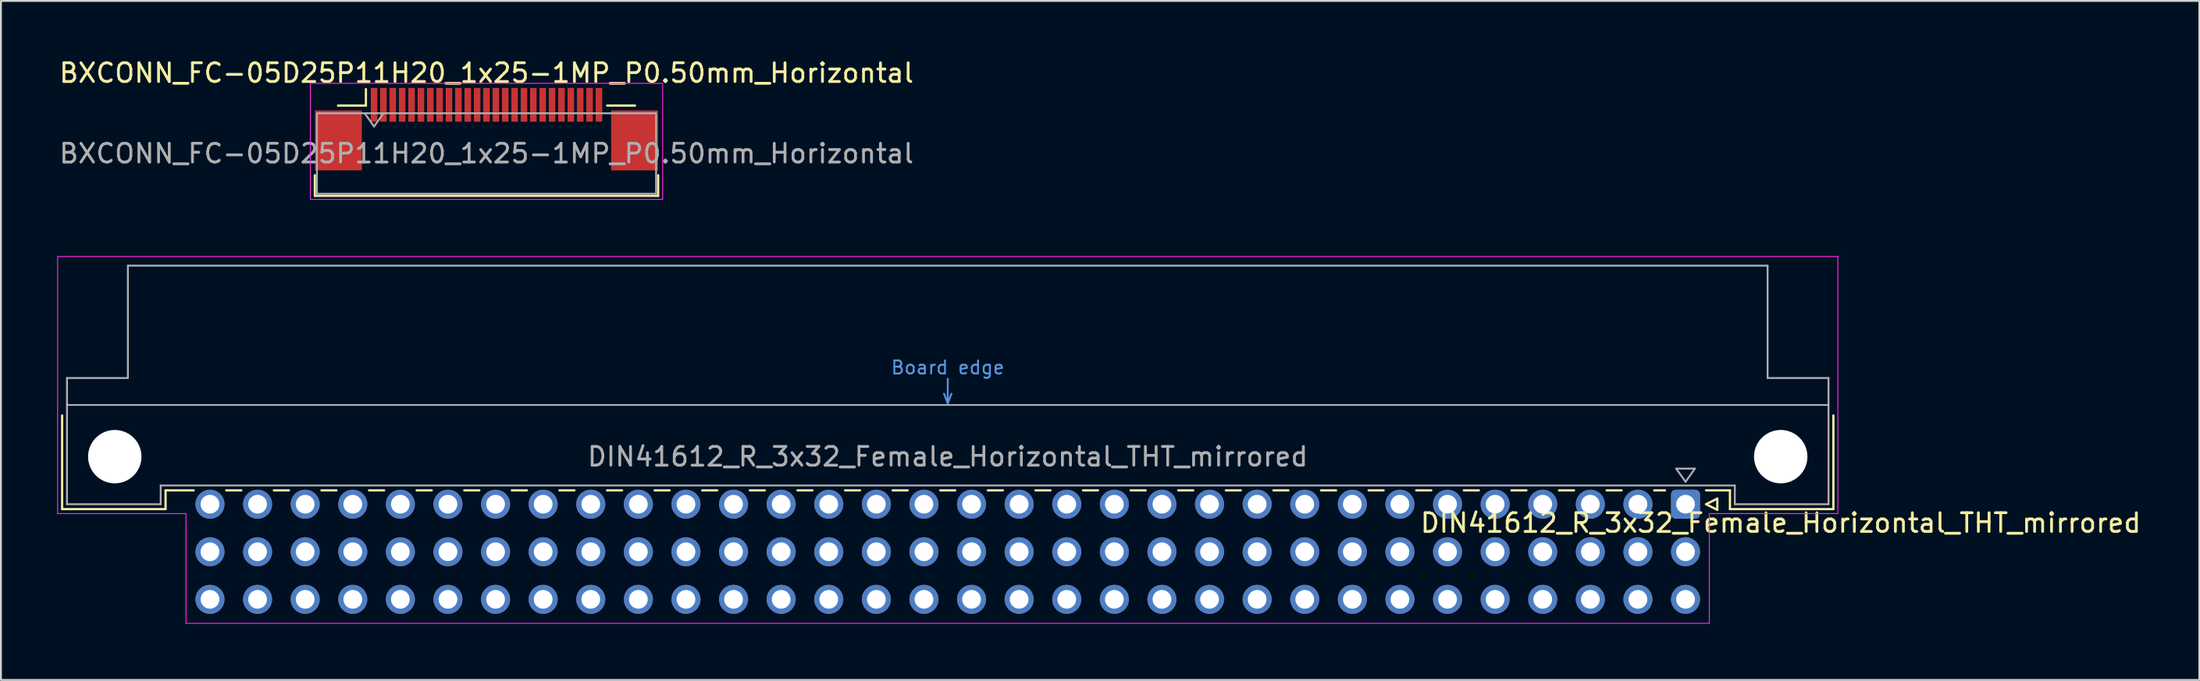
<source format=kicad_pcb>
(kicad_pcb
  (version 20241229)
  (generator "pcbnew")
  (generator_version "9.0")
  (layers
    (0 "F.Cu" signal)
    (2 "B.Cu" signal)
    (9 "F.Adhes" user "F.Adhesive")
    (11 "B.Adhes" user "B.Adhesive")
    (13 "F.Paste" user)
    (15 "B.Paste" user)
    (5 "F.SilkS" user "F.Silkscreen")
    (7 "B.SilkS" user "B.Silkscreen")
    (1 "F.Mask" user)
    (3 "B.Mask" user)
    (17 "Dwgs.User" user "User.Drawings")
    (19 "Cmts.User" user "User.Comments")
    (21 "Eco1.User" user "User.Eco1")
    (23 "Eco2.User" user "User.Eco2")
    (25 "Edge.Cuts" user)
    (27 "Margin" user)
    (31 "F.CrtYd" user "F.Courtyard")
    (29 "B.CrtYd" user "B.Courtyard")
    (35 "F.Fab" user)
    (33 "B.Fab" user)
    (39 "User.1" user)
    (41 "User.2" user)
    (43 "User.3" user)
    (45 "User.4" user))
  (footprint "BXCONN_FC-05D25P11H20_1x25-1MP_P0.50mm_Horizontal"
    (layer "F.Cu")
    (at 22.911 5.148)
    (property "Reference" "BXCONN_FC-05D25P11H20_1x25-1MP_P0.50mm_Horizontal" (at 0 -4.3 0) (layer "F.SilkS") (effects (font (size 1 1) (thickness 0.15))))
    (attr smd)
    (fp_line (start -9.16 1.16) (end -9.16 2.26) (stroke (width 0.12) (type solid)) (layer "F.SilkS"))
    (fp_line (start -9.16 2.26) (end 9.16 2.26) (stroke (width 0.12) (type solid)) (layer "F.SilkS"))
    (fp_line (start -6.435 -3.44) (end -6.435 -2.56) (stroke (width 0.12) (type solid)) (layer "F.SilkS"))
    (fp_line (start -6.435 -2.56) (end -7.925 -2.56) (stroke (width 0.12) (type solid)) (layer "F.SilkS"))
    (fp_line (start 6.435 -2.56) (end 7.925 -2.56) (stroke (width 0.12) (type solid)) (layer "F.SilkS"))
    (fp_line (start 9.16 1.16) (end 9.16 2.26) (stroke (width 0.12) (type solid)) (layer "F.SilkS"))
    (fp_rect (start -9.4 -3.75) (end 9.4 2.45) (stroke (width 0.05) (type default)) (fill no) (layer "F.CrtYd"))
    (fp_line (start -6.5 -2.15) (end -6 -1.44) (stroke (width 0.1) (type solid)) (layer "F.Fab"))
    (fp_line (start -6 -1.44) (end -5.5 -2.15) (stroke (width 0.1) (type solid)) (layer "F.Fab"))
    (fp_rect (start -9.05 -2.15) (end 9.05 2.15) (stroke (width 0.1) (type solid)) (fill no) (layer "F.Fab"))
    (fp_text user "${REFERENCE}" (at 0 0 0) (layer "F.Fab") (effects (font (size 1 1) (thickness 0.15))))
    (pad "1" smd rect (at -6 -2.6) (size 0.35 1.8) (layers "F.Cu" "F.Mask" "F.Paste"))
    (pad "2" smd rect (at -5.5 -2.6) (size 0.35 1.8) (layers "F.Cu" "F.Mask" "F.Paste"))
    (pad "3" smd rect (at -5 -2.6) (size 0.35 1.8) (layers "F.Cu" "F.Mask" "F.Paste"))
    (pad "4" smd rect (at -4.5 -2.6) (size 0.35 1.8) (layers "F.Cu" "F.Mask" "F.Paste"))
    (pad "5" smd rect (at -4 -2.6) (size 0.35 1.8) (layers "F.Cu" "F.Mask" "F.Paste"))
    (pad "6" smd rect (at -3.5 -2.6) (size 0.35 1.8) (layers "F.Cu" "F.Mask" "F.Paste"))
    (pad "7" smd rect (at -3 -2.6) (size 0.35 1.8) (layers "F.Cu" "F.Mask" "F.Paste"))
    (pad "8" smd rect (at -2.5 -2.6) (size 0.35 1.8) (layers "F.Cu" "F.Mask" "F.Paste"))
    (pad "9" smd rect (at -2 -2.6) (size 0.35 1.8) (layers "F.Cu" "F.Mask" "F.Paste"))
    (pad "10" smd rect (at -1.5 -2.6) (size 0.35 1.8) (layers "F.Cu" "F.Mask" "F.Paste"))
    (pad "11" smd rect (at -1 -2.6) (size 0.35 1.8) (layers "F.Cu" "F.Mask" "F.Paste"))
    (pad "12" smd rect (at -0.5 -2.6) (size 0.35 1.8) (layers "F.Cu" "F.Mask" "F.Paste"))
    (pad "13" smd rect (at 0 -2.6) (size 0.35 1.8) (layers "F.Cu" "F.Mask" "F.Paste"))
    (pad "14" smd rect (at 0.5 -2.6) (size 0.35 1.8) (layers "F.Cu" "F.Mask" "F.Paste"))
    (pad "15" smd rect (at 1 -2.6) (size 0.35 1.8) (layers "F.Cu" "F.Mask" "F.Paste"))
    (pad "16" smd rect (at 1.5 -2.6) (size 0.35 1.8) (layers "F.Cu" "F.Mask" "F.Paste"))
    (pad "17" smd rect (at 2 -2.6) (size 0.35 1.8) (layers "F.Cu" "F.Mask" "F.Paste"))
    (pad "18" smd rect (at 2.5 -2.6) (size 0.35 1.8) (layers "F.Cu" "F.Mask" "F.Paste"))
    (pad "19" smd rect (at 3 -2.6) (size 0.35 1.8) (layers "F.Cu" "F.Mask" "F.Paste"))
    (pad "20" smd rect (at 3.5 -2.6) (size 0.35 1.8) (layers "F.Cu" "F.Mask" "F.Paste"))
    (pad "21" smd rect (at 4 -2.6) (size 0.35 1.8) (layers "F.Cu" "F.Mask" "F.Paste"))
    (pad "22" smd rect (at 4.5 -2.6) (size 0.35 1.8) (layers "F.Cu" "F.Mask" "F.Paste"))
    (pad "23" smd rect (at 5 -2.6) (size 0.35 1.8) (layers "F.Cu" "F.Mask" "F.Paste"))
    (pad "24" smd rect (at 5.5 -2.6) (size 0.35 1.8) (layers "F.Cu" "F.Mask" "F.Paste"))
    (pad "25" smd rect (at 6 -2.6) (size 0.35 1.8) (layers "F.Cu" "F.Mask" "F.Paste"))
    (pad "MP" smd rect (at -7.9 -0.7) (size 2.5 3.2) (layers "F.Cu" "F.Mask" "F.Paste"))
    (pad "MP" smd rect (at 7.9 -0.7) (size 2.5 3.2) (layers "F.Cu" "F.Mask" "F.Paste")))
  (footprint "DIN41612_R_3x32_Female_Horizontal_THT_mirrored"
    (layer "F.Cu")
    (at 86.895 23.878)
    (property "Reference" "DIN41612_R_3x32_Female_Horizontal_THT_mirrored" (at 5.08 1 0) (layer "F.SilkS") (effects (font (size 1 1) (thickness 0.15))))
    (attr through_hole)
    (fp_line (start -86.63 -4.74) (end -86.63 0.26) (stroke (width 0.12) (type solid)) (layer "F.SilkS"))
    (fp_line (start -86.63 0.26) (end -81.11 0.26) (stroke (width 0.12) (type solid)) (layer "F.SilkS"))
    (fp_line (start -81.11 0.26) (end -81.11 -0.74) (stroke (width 0.12) (type solid)) (layer "F.SilkS"))
    (fp_line (start -79.61 -0.74) (end -81.11 -0.74) (stroke (width 0.12) (type solid)) (layer "F.SilkS"))
    (fp_line (start -77.07 -0.74) (end -77.871 -0.74) (stroke (width 0.12) (type solid)) (layer "F.SilkS"))
    (fp_line (start -74.53 -0.74) (end -75.331 -0.74) (stroke (width 0.12) (type solid)) (layer "F.SilkS"))
    (fp_line (start -71.99 -0.74) (end -72.791 -0.74) (stroke (width 0.12) (type solid)) (layer "F.SilkS"))
    (fp_line (start -69.45 -0.74) (end -70.251 -0.74) (stroke (width 0.12) (type solid)) (layer "F.SilkS"))
    (fp_line (start -66.91 -0.74) (end -67.711 -0.74) (stroke (width 0.12) (type solid)) (layer "F.SilkS"))
    (fp_line (start -64.37 -0.74) (end -65.171 -0.74) (stroke (width 0.12) (type solid)) (layer "F.SilkS"))
    (fp_line (start -61.83 -0.74) (end -62.631 -0.74) (stroke (width 0.12) (type solid)) (layer "F.SilkS"))
    (fp_line (start -59.29 -0.74) (end -60.091 -0.74) (stroke (width 0.12) (type solid)) (layer "F.SilkS"))
    (fp_line (start -56.75 -0.74) (end -57.551 -0.74) (stroke (width 0.12) (type solid)) (layer "F.SilkS"))
    (fp_line (start -54.21 -0.74) (end -55.011 -0.74) (stroke (width 0.12) (type solid)) (layer "F.SilkS"))
    (fp_line (start -51.67 -0.74) (end -52.471 -0.74) (stroke (width 0.12) (type solid)) (layer "F.SilkS"))
    (fp_line (start -49.13 -0.74) (end -49.931 -0.74) (stroke (width 0.12) (type solid)) (layer "F.SilkS"))
    (fp_line (start -46.59 -0.74) (end -47.391 -0.74) (stroke (width 0.12) (type solid)) (layer "F.SilkS"))
    (fp_line (start -44.05 -0.74) (end -44.851 -0.74) (stroke (width 0.12) (type solid)) (layer "F.SilkS"))
    (fp_line (start -41.51 -0.74) (end -42.311 -0.74) (stroke (width 0.12) (type solid)) (layer "F.SilkS"))
    (fp_line (start -38.97 -0.74) (end -39.771 -0.74) (stroke (width 0.12) (type solid)) (layer "F.SilkS"))
    (fp_line (start -36.43 -0.74) (end -37.231 -0.74) (stroke (width 0.12) (type solid)) (layer "F.SilkS"))
    (fp_line (start -33.89 -0.74) (end -34.691 -0.74) (stroke (width 0.12) (type solid)) (layer "F.SilkS"))
    (fp_line (start -31.35 -0.74) (end -32.151 -0.74) (stroke (width 0.12) (type solid)) (layer "F.SilkS"))
    (fp_line (start -28.81 -0.74) (end -29.611 -0.74) (stroke (width 0.12) (type solid)) (layer "F.SilkS"))
    (fp_line (start -26.27 -0.74) (end -27.071 -0.74) (stroke (width 0.12) (type solid)) (layer "F.SilkS"))
    (fp_line (start -23.73 -0.74) (end -24.531 -0.74) (stroke (width 0.12) (type solid)) (layer "F.SilkS"))
    (fp_line (start -21.19 -0.74) (end -21.991 -0.74) (stroke (width 0.12) (type solid)) (layer "F.SilkS"))
    (fp_line (start -18.65 -0.74) (end -19.451 -0.74) (stroke (width 0.12) (type solid)) (layer "F.SilkS"))
    (fp_line (start -16.11 -0.74) (end -16.911 -0.74) (stroke (width 0.12) (type solid)) (layer "F.SilkS"))
    (fp_line (start -13.57 -0.74) (end -14.371 -0.74) (stroke (width 0.12) (type solid)) (layer "F.SilkS"))
    (fp_line (start -11.03 -0.74) (end -11.831 -0.74) (stroke (width 0.12) (type solid)) (layer "F.SilkS"))
    (fp_line (start -8.49 -0.74) (end -9.291 -0.74) (stroke (width 0.12) (type solid)) (layer "F.SilkS"))
    (fp_line (start -5.95 -0.74) (end -6.751 -0.74) (stroke (width 0.12) (type solid)) (layer "F.SilkS"))
    (fp_line (start -3.41 -0.74) (end -4.211 -0.74) (stroke (width 0.12) (type solid)) (layer "F.SilkS"))
    (fp_line (start -1.095 -0.74) (end -1.671 -0.74) (stroke (width 0.12) (type solid)) (layer "F.SilkS"))
    (fp_line (start 1.095 0) (end 1.695 -0.3) (stroke (width 0.12) (type solid)) (layer "F.SilkS"))
    (fp_line (start 1.695 -0.3) (end 1.695 0.3) (stroke (width 0.12) (type solid)) (layer "F.SilkS"))
    (fp_line (start 1.695 0.3) (end 1.095 0) (stroke (width 0.12) (type solid)) (layer "F.SilkS"))
    (fp_line (start 2.37 0.26) (end 2.37 -0.74) (stroke (width 0.12) (type solid)) (layer "F.SilkS"))
    (fp_line (start 2.371 -0.74) (end 1.095 -0.74) (stroke (width 0.12) (type solid)) (layer "F.SilkS"))
    (fp_line (start 7.89 -4.74) (end 7.89 0.26) (stroke (width 0.12) (type solid)) (layer "F.SilkS"))
    (fp_line (start 7.89 0.26) (end 2.37 0.26) (stroke (width 0.12) (type solid)) (layer "F.SilkS"))
    (fp_line (start 7.63 -5.3) (end -86.37 -5.3) (stroke (width 0.08) (type solid)) (layer "Dwgs.User"))
    (fp_line (start -39.37 -5.4) (end -39.57 -5.9) (stroke (width 0.1) (type solid)) (layer "Cmts.User"))
    (fp_line (start -39.37 -5.4) (end -39.37 -6.7) (stroke (width 0.1) (type solid)) (layer "Cmts.User"))
    (fp_line (start -39.17 -5.9) (end -39.37 -5.4) (stroke (width 0.1) (type solid)) (layer "Cmts.User"))
    (fp_line (start -86.87 -13.23) (end 8.13 -13.23) (stroke (width 0.05) (type solid)) (layer "F.CrtYd"))
    (fp_line (start -86.87 0.5) (end -86.87 -13.23) (stroke (width 0.05) (type solid)) (layer "F.CrtYd"))
    (fp_line (start -80.02 0.5) (end -86.87 0.5) (stroke (width 0.05) (type solid)) (layer "F.CrtYd"))
    (fp_line (start -80.02 6.36) (end -80.02 0.5) (stroke (width 0.05) (type solid)) (layer "F.CrtYd"))
    (fp_line (start 1.27 0.5) (end 1.27 6.36) (stroke (width 0.05) (type solid)) (layer "F.CrtYd"))
    (fp_line (start 1.27 6.36) (end -80.02 6.36) (stroke (width 0.05) (type solid)) (layer "F.CrtYd"))
    (fp_line (start 8.13 -13.23) (end 8.13 0.5) (stroke (width 0.05) (type solid)) (layer "F.CrtYd"))
    (fp_line (start 8.13 0.5) (end 1.27 0.5) (stroke (width 0.05) (type solid)) (layer "F.CrtYd"))
    (fp_line (start -86.37 -6.74) (end -83.12 -6.74) (stroke (width 0.1) (type solid)) (layer "F.Fab"))
    (fp_line (start -86.37 0) (end -86.37 -6.74) (stroke (width 0.1) (type solid)) (layer "F.Fab"))
    (fp_line (start -83.12 -12.74) (end 4.38 -12.74) (stroke (width 0.1) (type solid)) (layer "F.Fab"))
    (fp_line (start -83.12 -6.74) (end -83.12 -12.74) (stroke (width 0.1) (type solid)) (layer "F.Fab"))
    (fp_line (start -81.37 -1) (end -81.37 0) (stroke (width 0.1) (type solid)) (layer "F.Fab"))
    (fp_line (start -81.37 0) (end -86.37 0) (stroke (width 0.1) (type solid)) (layer "F.Fab"))
    (fp_line (start -0.5 -1.9) (end 0 -1.2) (stroke (width 0.1) (type solid)) (layer "F.Fab"))
    (fp_line (start 0 -1.2) (end 0.5 -1.9) (stroke (width 0.1) (type solid)) (layer "F.Fab"))
    (fp_line (start 0.5 -1.9) (end -0.5 -1.9) (stroke (width 0.1) (type solid)) (layer "F.Fab"))
    (fp_line (start 2.63 -1) (end -81.37 -1) (stroke (width 0.1) (type solid)) (layer "F.Fab"))
    (fp_line (start 2.63 0) (end 2.63 -1) (stroke (width 0.1) (type solid)) (layer "F.Fab"))
    (fp_line (start 4.38 -12.74) (end 4.38 -6.74) (stroke (width 0.1) (type solid)) (layer "F.Fab"))
    (fp_line (start 4.38 -6.74) (end 7.63 -6.74) (stroke (width 0.1) (type solid)) (layer "F.Fab"))
    (fp_line (start 7.63 -6.74) (end 7.63 0) (stroke (width 0.1) (type solid)) (layer "F.Fab"))
    (fp_line (start 7.63 0) (end 2.63 0) (stroke (width 0.1) (type solid)) (layer "F.Fab"))
    (fp_text user "Board edge" (at -39.37 -7.3 0) (layer "Cmts.User") (effects (font (size 0.7 0.7) (thickness 0.1))))
    (fp_text user "${REFERENCE}" (at -39.37 -2.54 0) (layer "F.Fab") (effects (font (size 1 1) (thickness 0.15))))
    (pad "" np_thru_hole circle (at -83.82 -2.54) (size 2.85 2.85) (drill 2.85) (layers "*.Cu" "*.Mask"))
    (pad "" np_thru_hole circle (at 5.08 -2.54) (size 2.85 2.85) (drill 2.85) (layers "*.Cu" "*.Mask"))
    (pad "a1" thru_hole roundrect (at 0 0) (size 1.55 1.55) (drill 1) (layers "*.Cu" "*.Mask") (roundrect_rratio 0.161))
    (pad "a2" thru_hole circle (at -2.54 0) (size 1.55 1.55) (drill 1) (layers "*.Cu" "*.Mask"))
    (pad "a3" thru_hole circle (at -5.08 0) (size 1.55 1.55) (drill 1) (layers "*.Cu" "*.Mask"))
    (pad "a4" thru_hole circle (at -7.62 0) (size 1.55 1.55) (drill 1) (layers "*.Cu" "*.Mask"))
    (pad "a5" thru_hole circle (at -10.16 0) (size 1.55 1.55) (drill 1) (layers "*.Cu" "*.Mask"))
    (pad "a6" thru_hole circle (at -12.7 0) (size 1.55 1.55) (drill 1) (layers "*.Cu" "*.Mask"))
    (pad "a7" thru_hole circle (at -15.24 0) (size 1.55 1.55) (drill 1) (layers "*.Cu" "*.Mask"))
    (pad "a8" thru_hole circle (at -17.78 0) (size 1.55 1.55) (drill 1) (layers "*.Cu" "*.Mask"))
    (pad "a9" thru_hole circle (at -20.32 0) (size 1.55 1.55) (drill 1) (layers "*.Cu" "*.Mask"))
    (pad "a10" thru_hole circle (at -22.86 0) (size 1.55 1.55) (drill 1) (layers "*.Cu" "*.Mask"))
    (pad "a11" thru_hole circle (at -25.4 0) (size 1.55 1.55) (drill 1) (layers "*.Cu" "*.Mask"))
    (pad "a12" thru_hole circle (at -27.94 0) (size 1.55 1.55) (drill 1) (layers "*.Cu" "*.Mask"))
    (pad "a13" thru_hole circle (at -30.48 0) (size 1.55 1.55) (drill 1) (layers "*.Cu" "*.Mask"))
    (pad "a14" thru_hole circle (at -33.02 0) (size 1.55 1.55) (drill 1) (layers "*.Cu" "*.Mask"))
    (pad "a15" thru_hole circle (at -35.56 0) (size 1.55 1.55) (drill 1) (layers "*.Cu" "*.Mask"))
    (pad "a16" thru_hole circle (at -38.1 0) (size 1.55 1.55) (drill 1) (layers "*.Cu" "*.Mask"))
    (pad "a17" thru_hole circle (at -40.64 0) (size 1.55 1.55) (drill 1) (layers "*.Cu" "*.Mask"))
    (pad "a18" thru_hole circle (at -43.18 0) (size 1.55 1.55) (drill 1) (layers "*.Cu" "*.Mask"))
    (pad "a19" thru_hole circle (at -45.72 0) (size 1.55 1.55) (drill 1) (layers "*.Cu" "*.Mask"))
    (pad "a20" thru_hole circle (at -48.26 0) (size 1.55 1.55) (drill 1) (layers "*.Cu" "*.Mask"))
    (pad "a21" thru_hole circle (at -50.8 0) (size 1.55 1.55) (drill 1) (layers "*.Cu" "*.Mask"))
    (pad "a22" thru_hole circle (at -53.34 0) (size 1.55 1.55) (drill 1) (layers "*.Cu" "*.Mask"))
    (pad "a23" thru_hole circle (at -55.88 0) (size 1.55 1.55) (drill 1) (layers "*.Cu" "*.Mask"))
    (pad "a24" thru_hole circle (at -58.42 0) (size 1.55 1.55) (drill 1) (layers "*.Cu" "*.Mask"))
    (pad "a25" thru_hole circle (at -60.96 0) (size 1.55 1.55) (drill 1) (layers "*.Cu" "*.Mask"))
    (pad "a26" thru_hole circle (at -63.5 0) (size 1.55 1.55) (drill 1) (layers "*.Cu" "*.Mask"))
    (pad "a27" thru_hole circle (at -66.04 0) (size 1.55 1.55) (drill 1) (layers "*.Cu" "*.Mask"))
    (pad "a28" thru_hole circle (at -68.58 0) (size 1.55 1.55) (drill 1) (layers "*.Cu" "*.Mask"))
    (pad "a29" thru_hole circle (at -71.12 0) (size 1.55 1.55) (drill 1) (layers "*.Cu" "*.Mask"))
    (pad "a30" thru_hole circle (at -73.66 0) (size 1.55 1.55) (drill 1) (layers "*.Cu" "*.Mask"))
    (pad "a31" thru_hole circle (at -76.2 0) (size 1.55 1.55) (drill 1) (layers "*.Cu" "*.Mask"))
    (pad "a32" thru_hole circle (at -78.74 0) (size 1.55 1.55) (drill 1) (layers "*.Cu" "*.Mask"))
    (pad "b1" thru_hole circle (at 0 2.54) (size 1.55 1.55) (drill 1) (layers "*.Cu" "*.Mask"))
    (pad "b2" thru_hole circle (at -2.54 2.54) (size 1.55 1.55) (drill 1) (layers "*.Cu" "*.Mask"))
    (pad "b3" thru_hole circle (at -5.08 2.54) (size 1.55 1.55) (drill 1) (layers "*.Cu" "*.Mask"))
    (pad "b4" thru_hole circle (at -7.62 2.54) (size 1.55 1.55) (drill 1) (layers "*.Cu" "*.Mask"))
    (pad "b5" thru_hole circle (at -10.16 2.54) (size 1.55 1.55) (drill 1) (layers "*.Cu" "*.Mask"))
    (pad "b6" thru_hole circle (at -12.7 2.54) (size 1.55 1.55) (drill 1) (layers "*.Cu" "*.Mask"))
    (pad "b7" thru_hole circle (at -15.24 2.54) (size 1.55 1.55) (drill 1) (layers "*.Cu" "*.Mask"))
    (pad "b8" thru_hole circle (at -17.78 2.54) (size 1.55 1.55) (drill 1) (layers "*.Cu" "*.Mask"))
    (pad "b9" thru_hole circle (at -20.32 2.54) (size 1.55 1.55) (drill 1) (layers "*.Cu" "*.Mask"))
    (pad "b10" thru_hole circle (at -22.86 2.54) (size 1.55 1.55) (drill 1) (layers "*.Cu" "*.Mask"))
    (pad "b11" thru_hole circle (at -25.4 2.54) (size 1.55 1.55) (drill 1) (layers "*.Cu" "*.Mask"))
    (pad "b12" thru_hole circle (at -27.94 2.54) (size 1.55 1.55) (drill 1) (layers "*.Cu" "*.Mask"))
    (pad "b13" thru_hole circle (at -30.48 2.54) (size 1.55 1.55) (drill 1) (layers "*.Cu" "*.Mask"))
    (pad "b14" thru_hole circle (at -33.02 2.54) (size 1.55 1.55) (drill 1) (layers "*.Cu" "*.Mask"))
    (pad "b15" thru_hole circle (at -35.56 2.54) (size 1.55 1.55) (drill 1) (layers "*.Cu" "*.Mask"))
    (pad "b16" thru_hole circle (at -38.1 2.54) (size 1.55 1.55) (drill 1) (layers "*.Cu" "*.Mask"))
    (pad "b17" thru_hole circle (at -40.64 2.54) (size 1.55 1.55) (drill 1) (layers "*.Cu" "*.Mask"))
    (pad "b18" thru_hole circle (at -43.18 2.54) (size 1.55 1.55) (drill 1) (layers "*.Cu" "*.Mask"))
    (pad "b19" thru_hole circle (at -45.72 2.54) (size 1.55 1.55) (drill 1) (layers "*.Cu" "*.Mask"))
    (pad "b20" thru_hole circle (at -48.26 2.54) (size 1.55 1.55) (drill 1) (layers "*.Cu" "*.Mask"))
    (pad "b21" thru_hole circle (at -50.8 2.54) (size 1.55 1.55) (drill 1) (layers "*.Cu" "*.Mask"))
    (pad "b22" thru_hole circle (at -53.34 2.54) (size 1.55 1.55) (drill 1) (layers "*.Cu" "*.Mask"))
    (pad "b23" thru_hole circle (at -55.88 2.54) (size 1.55 1.55) (drill 1) (layers "*.Cu" "*.Mask"))
    (pad "b24" thru_hole circle (at -58.42 2.54) (size 1.55 1.55) (drill 1) (layers "*.Cu" "*.Mask"))
    (pad "b25" thru_hole circle (at -60.96 2.54) (size 1.55 1.55) (drill 1) (layers "*.Cu" "*.Mask"))
    (pad "b26" thru_hole circle (at -63.5 2.54) (size 1.55 1.55) (drill 1) (layers "*.Cu" "*.Mask"))
    (pad "b27" thru_hole circle (at -66.04 2.54) (size 1.55 1.55) (drill 1) (layers "*.Cu" "*.Mask"))
    (pad "b28" thru_hole circle (at -68.58 2.54) (size 1.55 1.55) (drill 1) (layers "*.Cu" "*.Mask"))
    (pad "b29" thru_hole circle (at -71.12 2.54) (size 1.55 1.55) (drill 1) (layers "*.Cu" "*.Mask"))
    (pad "b30" thru_hole circle (at -73.66 2.54) (size 1.55 1.55) (drill 1) (layers "*.Cu" "*.Mask"))
    (pad "b31" thru_hole circle (at -76.2 2.54) (size 1.55 1.55) (drill 1) (layers "*.Cu" "*.Mask"))
    (pad "b32" thru_hole circle (at -78.74 2.54) (size 1.55 1.55) (drill 1) (layers "*.Cu" "*.Mask"))
    (pad "c1" thru_hole circle (at 0 5.08) (size 1.55 1.55) (drill 1) (layers "*.Cu" "*.Mask"))
    (pad "c2" thru_hole circle (at -2.54 5.08) (size 1.55 1.55) (drill 1) (layers "*.Cu" "*.Mask"))
    (pad "c3" thru_hole circle (at -5.08 5.08) (size 1.55 1.55) (drill 1) (layers "*.Cu" "*.Mask"))
    (pad "c4" thru_hole circle (at -7.62 5.08) (size 1.55 1.55) (drill 1) (layers "*.Cu" "*.Mask"))
    (pad "c5" thru_hole circle (at -10.16 5.08) (size 1.55 1.55) (drill 1) (layers "*.Cu" "*.Mask"))
    (pad "c6" thru_hole circle (at -12.7 5.08) (size 1.55 1.55) (drill 1) (layers "*.Cu" "*.Mask"))
    (pad "c7" thru_hole circle (at -15.24 5.08) (size 1.55 1.55) (drill 1) (layers "*.Cu" "*.Mask"))
    (pad "c8" thru_hole circle (at -17.78 5.08) (size 1.55 1.55) (drill 1) (layers "*.Cu" "*.Mask"))
    (pad "c9" thru_hole circle (at -20.32 5.08) (size 1.55 1.55) (drill 1) (layers "*.Cu" "*.Mask"))
    (pad "c10" thru_hole circle (at -22.86 5.08) (size 1.55 1.55) (drill 1) (layers "*.Cu" "*.Mask"))
    (pad "c11" thru_hole circle (at -25.4 5.08) (size 1.55 1.55) (drill 1) (layers "*.Cu" "*.Mask"))
    (pad "c12" thru_hole circle (at -27.94 5.08) (size 1.55 1.55) (drill 1) (layers "*.Cu" "*.Mask"))
    (pad "c13" thru_hole circle (at -30.48 5.08) (size 1.55 1.55) (drill 1) (layers "*.Cu" "*.Mask"))
    (pad "c14" thru_hole circle (at -33.02 5.08) (size 1.55 1.55) (drill 1) (layers "*.Cu" "*.Mask"))
    (pad "c15" thru_hole circle (at -35.56 5.08) (size 1.55 1.55) (drill 1) (layers "*.Cu" "*.Mask"))
    (pad "c16" thru_hole circle (at -38.1 5.08) (size 1.55 1.55) (drill 1) (layers "*.Cu" "*.Mask"))
    (pad "c17" thru_hole circle (at -40.64 5.08) (size 1.55 1.55) (drill 1) (layers "*.Cu" "*.Mask"))
    (pad "c18" thru_hole circle (at -43.18 5.08) (size 1.55 1.55) (drill 1) (layers "*.Cu" "*.Mask"))
    (pad "c19" thru_hole circle (at -45.72 5.08) (size 1.55 1.55) (drill 1) (layers "*.Cu" "*.Mask"))
    (pad "c20" thru_hole circle (at -48.26 5.08) (size 1.55 1.55) (drill 1) (layers "*.Cu" "*.Mask"))
    (pad "c21" thru_hole circle (at -50.8 5.08) (size 1.55 1.55) (drill 1) (layers "*.Cu" "*.Mask"))
    (pad "c22" thru_hole circle (at -53.34 5.08) (size 1.55 1.55) (drill 1) (layers "*.Cu" "*.Mask"))
    (pad "c23" thru_hole circle (at -55.88 5.08) (size 1.55 1.55) (drill 1) (layers "*.Cu" "*.Mask"))
    (pad "c24" thru_hole circle (at -58.42 5.08) (size 1.55 1.55) (drill 1) (layers "*.Cu" "*.Mask"))
    (pad "c25" thru_hole circle (at -60.96 5.08) (size 1.55 1.55) (drill 1) (layers "*.Cu" "*.Mask"))
    (pad "c26" thru_hole circle (at -63.5 5.08) (size 1.55 1.55) (drill 1) (layers "*.Cu" "*.Mask"))
    (pad "c27" thru_hole circle (at -66.04 5.08) (size 1.55 1.55) (drill 1) (layers "*.Cu" "*.Mask"))
    (pad "c28" thru_hole circle (at -68.58 5.08) (size 1.55 1.55) (drill 1) (layers "*.Cu" "*.Mask"))
    (pad "c29" thru_hole circle (at -71.12 5.08) (size 1.55 1.55) (drill 1) (layers "*.Cu" "*.Mask"))
    (pad "c30" thru_hole circle (at -73.66 5.08) (size 1.55 1.55) (drill 1) (layers "*.Cu" "*.Mask"))
    (pad "c31" thru_hole circle (at -76.2 5.08) (size 1.55 1.55) (drill 1) (layers "*.Cu" "*.Mask"))
    (pad "c32" thru_hole circle (at -78.74 5.08) (size 1.55 1.55) (drill 1) (layers "*.Cu" "*.Mask")))
  (gr_rect
    (start -3 -3)
    (end 114.314 33.263)
    (stroke (width 0.1) (type default))
    (fill no)
    (layer "Edge.Cuts")))
</source>
